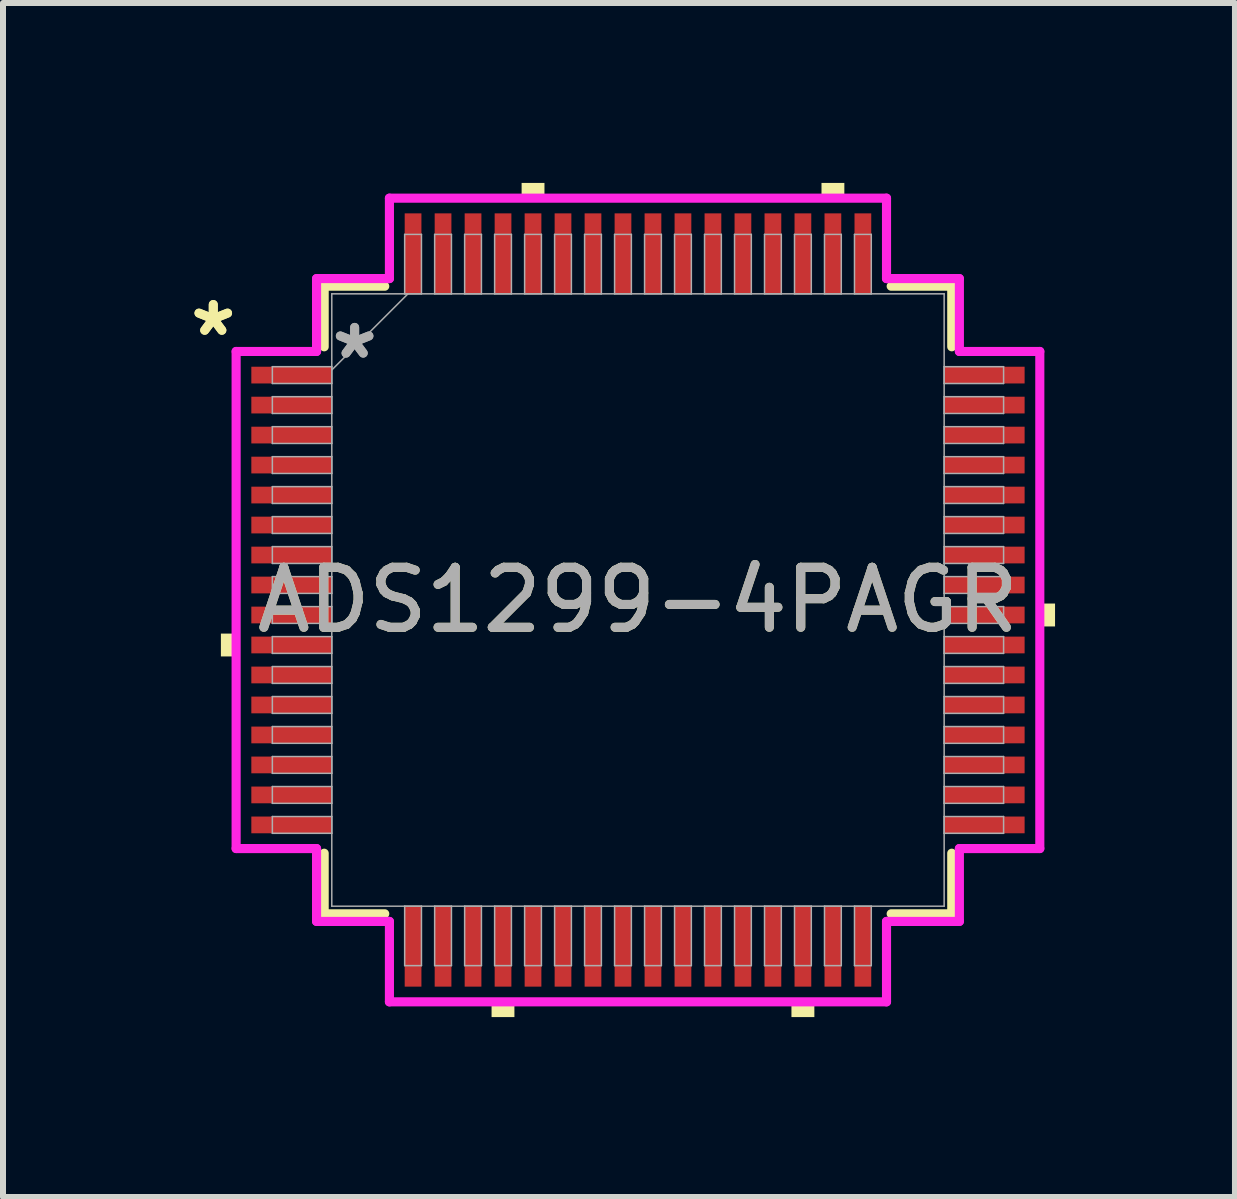
<source format=kicad_pcb>
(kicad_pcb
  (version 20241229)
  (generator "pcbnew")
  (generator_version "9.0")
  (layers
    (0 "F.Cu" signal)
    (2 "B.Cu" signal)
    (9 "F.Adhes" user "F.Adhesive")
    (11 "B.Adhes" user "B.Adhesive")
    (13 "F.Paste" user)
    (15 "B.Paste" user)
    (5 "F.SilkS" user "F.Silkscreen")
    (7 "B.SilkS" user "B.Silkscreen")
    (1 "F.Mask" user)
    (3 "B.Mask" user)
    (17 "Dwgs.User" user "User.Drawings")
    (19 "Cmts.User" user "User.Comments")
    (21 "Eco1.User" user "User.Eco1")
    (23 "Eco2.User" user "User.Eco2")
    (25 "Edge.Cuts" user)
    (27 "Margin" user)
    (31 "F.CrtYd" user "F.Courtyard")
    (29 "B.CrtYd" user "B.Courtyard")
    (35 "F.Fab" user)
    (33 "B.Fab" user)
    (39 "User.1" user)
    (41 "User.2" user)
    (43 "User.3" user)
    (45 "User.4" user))
  (footprint "ADS1299-4PAGR"
    (layer "F.Cu")
    (at 7.587 6.954)
    (property "Reference" "ADS1299-4PAGR" (at 0 0 0) (unlocked yes) (layer "F.SilkS") (effects (font (size 1 1) (thickness 0.15))))
    (attr smd)
    (fp_line (start -5.232 -5.232) (end -5.232 -4.222) (stroke (width 0.152) (type solid)) (layer "F.SilkS"))
    (fp_line (start -5.232 4.222) (end -5.232 5.232) (stroke (width 0.152) (type solid)) (layer "F.SilkS"))
    (fp_line (start -5.232 5.232) (end -4.222 5.232) (stroke (width 0.152) (type solid)) (layer "F.SilkS"))
    (fp_line (start -4.222 -5.232) (end -5.232 -5.232) (stroke (width 0.152) (type solid)) (layer "F.SilkS"))
    (fp_line (start 4.222 5.232) (end 5.232 5.232) (stroke (width 0.152) (type solid)) (layer "F.SilkS"))
    (fp_line (start 5.232 -5.232) (end 4.222 -5.232) (stroke (width 0.152) (type solid)) (layer "F.SilkS"))
    (fp_line (start 5.232 -4.222) (end 5.232 -5.232) (stroke (width 0.152) (type solid)) (layer "F.SilkS"))
    (fp_line (start 5.232 5.232) (end 5.232 4.222) (stroke (width 0.152) (type solid)) (layer "F.SilkS"))
    (fp_poly (pts (xy -6.954 0.56) (xy -6.954 0.941) (xy -6.7 0.941) (xy -6.7 0.56)) (stroke (width 0) (type solid)) (fill yes) (layer "F.SilkS"))
    (fp_poly (pts (xy -2.441 6.7) (xy -2.441 6.954) (xy -2.06 6.954) (xy -2.06 6.7)) (stroke (width 0) (type solid)) (fill yes) (layer "F.SilkS"))
    (fp_poly (pts (xy -1.94 -6.7) (xy -1.94 -6.954) (xy -1.559 -6.954) (xy -1.559 -6.7)) (stroke (width 0) (type solid)) (fill yes) (layer "F.SilkS"))
    (fp_poly (pts (xy 2.559 6.7) (xy 2.559 6.954) (xy 2.941 6.954) (xy 2.941 6.7)) (stroke (width 0) (type solid)) (fill yes) (layer "F.SilkS"))
    (fp_poly (pts (xy 3.06 -6.7) (xy 3.06 -6.954) (xy 3.441 -6.954) (xy 3.441 -6.7)) (stroke (width 0) (type solid)) (fill yes) (layer "F.SilkS"))
    (fp_poly (pts (xy 6.954 0.059) (xy 6.954 0.441) (xy 6.7 0.441) (xy 6.7 0.059)) (stroke (width 0) (type solid)) (fill yes) (layer "F.SilkS"))
    (fp_line (start -6.7 -4.144) (end -5.359 -4.144) (stroke (width 0.152) (type solid)) (layer "F.CrtYd"))
    (fp_line (start -6.7 4.144) (end -6.7 -4.144) (stroke (width 0.152) (type solid)) (layer "F.CrtYd"))
    (fp_line (start -5.359 -5.359) (end -4.144 -5.359) (stroke (width 0.152) (type solid)) (layer "F.CrtYd"))
    (fp_line (start -5.359 -4.144) (end -5.359 -5.359) (stroke (width 0.152) (type solid)) (layer "F.CrtYd"))
    (fp_line (start -5.359 4.144) (end -6.7 4.144) (stroke (width 0.152) (type solid)) (layer "F.CrtYd"))
    (fp_line (start -5.359 5.359) (end -5.359 4.144) (stroke (width 0.152) (type solid)) (layer "F.CrtYd"))
    (fp_line (start -5.359 5.359) (end -4.144 5.359) (stroke (width 0.152) (type solid)) (layer "F.CrtYd"))
    (fp_line (start -4.144 -6.7) (end 4.144 -6.7) (stroke (width 0.152) (type solid)) (layer "F.CrtYd"))
    (fp_line (start -4.144 -5.359) (end -4.144 -6.7) (stroke (width 0.152) (type solid)) (layer "F.CrtYd"))
    (fp_line (start -4.144 5.359) (end -4.144 6.7) (stroke (width 0.152) (type solid)) (layer "F.CrtYd"))
    (fp_line (start -4.144 6.7) (end 4.144 6.7) (stroke (width 0.152) (type solid)) (layer "F.CrtYd"))
    (fp_line (start 4.144 -6.7) (end 4.144 -5.359) (stroke (width 0.152) (type solid)) (layer "F.CrtYd"))
    (fp_line (start 4.144 -5.359) (end 5.359 -5.359) (stroke (width 0.152) (type solid)) (layer "F.CrtYd"))
    (fp_line (start 4.144 5.359) (end 5.359 5.359) (stroke (width 0.152) (type solid)) (layer "F.CrtYd"))
    (fp_line (start 4.144 6.7) (end 4.144 5.359) (stroke (width 0.152) (type solid)) (layer "F.CrtYd"))
    (fp_line (start 5.359 -4.144) (end 5.359 -5.359) (stroke (width 0.152) (type solid)) (layer "F.CrtYd"))
    (fp_line (start 5.359 4.144) (end 6.7 4.144) (stroke (width 0.152) (type solid)) (layer "F.CrtYd"))
    (fp_line (start 5.359 5.359) (end 5.359 4.144) (stroke (width 0.152) (type solid)) (layer "F.CrtYd"))
    (fp_line (start 6.7 -4.144) (end 5.359 -4.144) (stroke (width 0.152) (type solid)) (layer "F.CrtYd"))
    (fp_line (start 6.7 4.144) (end 6.7 -4.144) (stroke (width 0.152) (type solid)) (layer "F.CrtYd"))
    (fp_line (start -6.096 -3.89) (end -6.096 -3.61) (stroke (width 0.025) (type solid)) (layer "F.Fab"))
    (fp_line (start -6.096 -3.61) (end -5.105 -3.61) (stroke (width 0.025) (type solid)) (layer "F.Fab"))
    (fp_line (start -6.096 -3.39) (end -6.096 -3.11) (stroke (width 0.025) (type solid)) (layer "F.Fab"))
    (fp_line (start -6.096 -3.11) (end -5.105 -3.11) (stroke (width 0.025) (type solid)) (layer "F.Fab"))
    (fp_line (start -6.096 -2.89) (end -6.096 -2.61) (stroke (width 0.025) (type solid)) (layer "F.Fab"))
    (fp_line (start -6.096 -2.61) (end -5.105 -2.61) (stroke (width 0.025) (type solid)) (layer "F.Fab"))
    (fp_line (start -6.096 -2.39) (end -6.096 -2.11) (stroke (width 0.025) (type solid)) (layer "F.Fab"))
    (fp_line (start -6.096 -2.11) (end -5.105 -2.11) (stroke (width 0.025) (type solid)) (layer "F.Fab"))
    (fp_line (start -6.096 -1.89) (end -6.096 -1.61) (stroke (width 0.025) (type solid)) (layer "F.Fab"))
    (fp_line (start -6.096 -1.61) (end -5.105 -1.61) (stroke (width 0.025) (type solid)) (layer "F.Fab"))
    (fp_line (start -6.096 -1.39) (end -6.096 -1.11) (stroke (width 0.025) (type solid)) (layer "F.Fab"))
    (fp_line (start -6.096 -1.11) (end -5.105 -1.11) (stroke (width 0.025) (type solid)) (layer "F.Fab"))
    (fp_line (start -6.096 -0.89) (end -6.096 -0.61) (stroke (width 0.025) (type solid)) (layer "F.Fab"))
    (fp_line (start -6.096 -0.61) (end -5.105 -0.61) (stroke (width 0.025) (type solid)) (layer "F.Fab"))
    (fp_line (start -6.096 -0.39) (end -6.096 -0.11) (stroke (width 0.025) (type solid)) (layer "F.Fab"))
    (fp_line (start -6.096 -0.11) (end -5.105 -0.11) (stroke (width 0.025) (type solid)) (layer "F.Fab"))
    (fp_line (start -6.096 0.11) (end -6.096 0.39) (stroke (width 0.025) (type solid)) (layer "F.Fab"))
    (fp_line (start -6.096 0.39) (end -5.105 0.39) (stroke (width 0.025) (type solid)) (layer "F.Fab"))
    (fp_line (start -6.096 0.61) (end -6.096 0.89) (stroke (width 0.025) (type solid)) (layer "F.Fab"))
    (fp_line (start -6.096 0.89) (end -5.105 0.89) (stroke (width 0.025) (type solid)) (layer "F.Fab"))
    (fp_line (start -6.096 1.11) (end -6.096 1.39) (stroke (width 0.025) (type solid)) (layer "F.Fab"))
    (fp_line (start -6.096 1.39) (end -5.105 1.39) (stroke (width 0.025) (type solid)) (layer "F.Fab"))
    (fp_line (start -6.096 1.61) (end -6.096 1.89) (stroke (width 0.025) (type solid)) (layer "F.Fab"))
    (fp_line (start -6.096 1.89) (end -5.105 1.89) (stroke (width 0.025) (type solid)) (layer "F.Fab"))
    (fp_line (start -6.096 2.11) (end -6.096 2.39) (stroke (width 0.025) (type solid)) (layer "F.Fab"))
    (fp_line (start -6.096 2.39) (end -5.105 2.39) (stroke (width 0.025) (type solid)) (layer "F.Fab"))
    (fp_line (start -6.096 2.61) (end -6.096 2.89) (stroke (width 0.025) (type solid)) (layer "F.Fab"))
    (fp_line (start -6.096 2.89) (end -5.105 2.89) (stroke (width 0.025) (type solid)) (layer "F.Fab"))
    (fp_line (start -6.096 3.11) (end -6.096 3.39) (stroke (width 0.025) (type solid)) (layer "F.Fab"))
    (fp_line (start -6.096 3.39) (end -5.105 3.39) (stroke (width 0.025) (type solid)) (layer "F.Fab"))
    (fp_line (start -6.096 3.61) (end -6.096 3.89) (stroke (width 0.025) (type solid)) (layer "F.Fab"))
    (fp_line (start -6.096 3.89) (end -5.105 3.89) (stroke (width 0.025) (type solid)) (layer "F.Fab"))
    (fp_line (start -5.105 -5.105) (end -5.105 5.105) (stroke (width 0.025) (type solid)) (layer "F.Fab"))
    (fp_line (start -5.105 -3.89) (end -6.096 -3.89) (stroke (width 0.025) (type solid)) (layer "F.Fab"))
    (fp_line (start -5.105 -3.835) (end -3.835 -5.105) (stroke (width 0.025) (type solid)) (layer "F.Fab"))
    (fp_line (start -5.105 -3.61) (end -5.105 -3.89) (stroke (width 0.025) (type solid)) (layer "F.Fab"))
    (fp_line (start -5.105 -3.39) (end -6.096 -3.39) (stroke (width 0.025) (type solid)) (layer "F.Fab"))
    (fp_line (start -5.105 -3.11) (end -5.105 -3.39) (stroke (width 0.025) (type solid)) (layer "F.Fab"))
    (fp_line (start -5.105 -2.89) (end -6.096 -2.89) (stroke (width 0.025) (type solid)) (layer "F.Fab"))
    (fp_line (start -5.105 -2.61) (end -5.105 -2.89) (stroke (width 0.025) (type solid)) (layer "F.Fab"))
    (fp_line (start -5.105 -2.39) (end -6.096 -2.39) (stroke (width 0.025) (type solid)) (layer "F.Fab"))
    (fp_line (start -5.105 -2.11) (end -5.105 -2.39) (stroke (width 0.025) (type solid)) (layer "F.Fab"))
    (fp_line (start -5.105 -1.89) (end -6.096 -1.89) (stroke (width 0.025) (type solid)) (layer "F.Fab"))
    (fp_line (start -5.105 -1.61) (end -5.105 -1.89) (stroke (width 0.025) (type solid)) (layer "F.Fab"))
    (fp_line (start -5.105 -1.39) (end -6.096 -1.39) (stroke (width 0.025) (type solid)) (layer "F.Fab"))
    (fp_line (start -5.105 -1.11) (end -5.105 -1.39) (stroke (width 0.025) (type solid)) (layer "F.Fab"))
    (fp_line (start -5.105 -0.89) (end -6.096 -0.89) (stroke (width 0.025) (type solid)) (layer "F.Fab"))
    (fp_line (start -5.105 -0.61) (end -5.105 -0.89) (stroke (width 0.025) (type solid)) (layer "F.Fab"))
    (fp_line (start -5.105 -0.39) (end -6.096 -0.39) (stroke (width 0.025) (type solid)) (layer "F.Fab"))
    (fp_line (start -5.105 -0.11) (end -5.105 -0.39) (stroke (width 0.025) (type solid)) (layer "F.Fab"))
    (fp_line (start -5.105 0.11) (end -6.096 0.11) (stroke (width 0.025) (type solid)) (layer "F.Fab"))
    (fp_line (start -5.105 0.39) (end -5.105 0.11) (stroke (width 0.025) (type solid)) (layer "F.Fab"))
    (fp_line (start -5.105 0.61) (end -6.096 0.61) (stroke (width 0.025) (type solid)) (layer "F.Fab"))
    (fp_line (start -5.105 0.89) (end -5.105 0.61) (stroke (width 0.025) (type solid)) (layer "F.Fab"))
    (fp_line (start -5.105 1.11) (end -6.096 1.11) (stroke (width 0.025) (type solid)) (layer "F.Fab"))
    (fp_line (start -5.105 1.39) (end -5.105 1.11) (stroke (width 0.025) (type solid)) (layer "F.Fab"))
    (fp_line (start -5.105 1.61) (end -6.096 1.61) (stroke (width 0.025) (type solid)) (layer "F.Fab"))
    (fp_line (start -5.105 1.89) (end -5.105 1.61) (stroke (width 0.025) (type solid)) (layer "F.Fab"))
    (fp_line (start -5.105 2.11) (end -6.096 2.11) (stroke (width 0.025) (type solid)) (layer "F.Fab"))
    (fp_line (start -5.105 2.39) (end -5.105 2.11) (stroke (width 0.025) (type solid)) (layer "F.Fab"))
    (fp_line (start -5.105 2.61) (end -6.096 2.61) (stroke (width 0.025) (type solid)) (layer "F.Fab"))
    (fp_line (start -5.105 2.89) (end -5.105 2.61) (stroke (width 0.025) (type solid)) (layer "F.Fab"))
    (fp_line (start -5.105 3.11) (end -6.096 3.11) (stroke (width 0.025) (type solid)) (layer "F.Fab"))
    (fp_line (start -5.105 3.39) (end -5.105 3.11) (stroke (width 0.025) (type solid)) (layer "F.Fab"))
    (fp_line (start -5.105 3.61) (end -6.096 3.61) (stroke (width 0.025) (type solid)) (layer "F.Fab"))
    (fp_line (start -5.105 3.89) (end -5.105 3.61) (stroke (width 0.025) (type solid)) (layer "F.Fab"))
    (fp_line (start -5.105 5.105) (end 5.105 5.105) (stroke (width 0.025) (type solid)) (layer "F.Fab"))
    (fp_line (start -3.89 -6.096) (end -3.89 -5.105) (stroke (width 0.025) (type solid)) (layer "F.Fab"))
    (fp_line (start -3.89 -5.105) (end -3.61 -5.105) (stroke (width 0.025) (type solid)) (layer "F.Fab"))
    (fp_line (start -3.89 5.105) (end -3.89 6.096) (stroke (width 0.025) (type solid)) (layer "F.Fab"))
    (fp_line (start -3.89 6.096) (end -3.61 6.096) (stroke (width 0.025) (type solid)) (layer "F.Fab"))
    (fp_line (start -3.61 -6.096) (end -3.89 -6.096) (stroke (width 0.025) (type solid)) (layer "F.Fab"))
    (fp_line (start -3.61 -5.105) (end -3.61 -6.096) (stroke (width 0.025) (type solid)) (layer "F.Fab"))
    (fp_line (start -3.61 5.105) (end -3.89 5.105) (stroke (width 0.025) (type solid)) (layer "F.Fab"))
    (fp_line (start -3.61 6.096) (end -3.61 5.105) (stroke (width 0.025) (type solid)) (layer "F.Fab"))
    (fp_line (start -3.39 -6.096) (end -3.39 -5.105) (stroke (width 0.025) (type solid)) (layer "F.Fab"))
    (fp_line (start -3.39 -5.105) (end -3.11 -5.105) (stroke (width 0.025) (type solid)) (layer "F.Fab"))
    (fp_line (start -3.39 5.105) (end -3.39 6.096) (stroke (width 0.025) (type solid)) (layer "F.Fab"))
    (fp_line (start -3.39 6.096) (end -3.11 6.096) (stroke (width 0.025) (type solid)) (layer "F.Fab"))
    (fp_line (start -3.11 -6.096) (end -3.39 -6.096) (stroke (width 0.025) (type solid)) (layer "F.Fab"))
    (fp_line (start -3.11 -5.105) (end -3.11 -6.096) (stroke (width 0.025) (type solid)) (layer "F.Fab"))
    (fp_line (start -3.11 5.105) (end -3.39 5.105) (stroke (width 0.025) (type solid)) (layer "F.Fab"))
    (fp_line (start -3.11 6.096) (end -3.11 5.105) (stroke (width 0.025) (type solid)) (layer "F.Fab"))
    (fp_line (start -2.89 -6.096) (end -2.89 -5.105) (stroke (width 0.025) (type solid)) (layer "F.Fab"))
    (fp_line (start -2.89 -5.105) (end -2.61 -5.105) (stroke (width 0.025) (type solid)) (layer "F.Fab"))
    (fp_line (start -2.89 5.105) (end -2.89 6.096) (stroke (width 0.025) (type solid)) (layer "F.Fab"))
    (fp_line (start -2.89 6.096) (end -2.61 6.096) (stroke (width 0.025) (type solid)) (layer "F.Fab"))
    (fp_line (start -2.61 -6.096) (end -2.89 -6.096) (stroke (width 0.025) (type solid)) (layer "F.Fab"))
    (fp_line (start -2.61 -5.105) (end -2.61 -6.096) (stroke (width 0.025) (type solid)) (layer "F.Fab"))
    (fp_line (start -2.61 5.105) (end -2.89 5.105) (stroke (width 0.025) (type solid)) (layer "F.Fab"))
    (fp_line (start -2.61 6.096) (end -2.61 5.105) (stroke (width 0.025) (type solid)) (layer "F.Fab"))
    (fp_line (start -2.39 -6.096) (end -2.39 -5.105) (stroke (width 0.025) (type solid)) (layer "F.Fab"))
    (fp_line (start -2.39 -5.105) (end -2.11 -5.105) (stroke (width 0.025) (type solid)) (layer "F.Fab"))
    (fp_line (start -2.39 5.105) (end -2.39 6.096) (stroke (width 0.025) (type solid)) (layer "F.Fab"))
    (fp_line (start -2.39 6.096) (end -2.11 6.096) (stroke (width 0.025) (type solid)) (layer "F.Fab"))
    (fp_line (start -2.11 -6.096) (end -2.39 -6.096) (stroke (width 0.025) (type solid)) (layer "F.Fab"))
    (fp_line (start -2.11 -5.105) (end -2.11 -6.096) (stroke (width 0.025) (type solid)) (layer "F.Fab"))
    (fp_line (start -2.11 5.105) (end -2.39 5.105) (stroke (width 0.025) (type solid)) (layer "F.Fab"))
    (fp_line (start -2.11 6.096) (end -2.11 5.105) (stroke (width 0.025) (type solid)) (layer "F.Fab"))
    (fp_line (start -1.89 -6.096) (end -1.89 -5.105) (stroke (width 0.025) (type solid)) (layer "F.Fab"))
    (fp_line (start -1.89 -5.105) (end -1.61 -5.105) (stroke (width 0.025) (type solid)) (layer "F.Fab"))
    (fp_line (start -1.89 5.105) (end -1.89 6.096) (stroke (width 0.025) (type solid)) (layer "F.Fab"))
    (fp_line (start -1.89 6.096) (end -1.61 6.096) (stroke (width 0.025) (type solid)) (layer "F.Fab"))
    (fp_line (start -1.61 -6.096) (end -1.89 -6.096) (stroke (width 0.025) (type solid)) (layer "F.Fab"))
    (fp_line (start -1.61 -5.105) (end -1.61 -6.096) (stroke (width 0.025) (type solid)) (layer "F.Fab"))
    (fp_line (start -1.61 5.105) (end -1.89 5.105) (stroke (width 0.025) (type solid)) (layer "F.Fab"))
    (fp_line (start -1.61 6.096) (end -1.61 5.105) (stroke (width 0.025) (type solid)) (layer "F.Fab"))
    (fp_line (start -1.39 -6.096) (end -1.39 -5.105) (stroke (width 0.025) (type solid)) (layer "F.Fab"))
    (fp_line (start -1.39 -5.105) (end -1.11 -5.105) (stroke (width 0.025) (type solid)) (layer "F.Fab"))
    (fp_line (start -1.39 5.105) (end -1.39 6.096) (stroke (width 0.025) (type solid)) (layer "F.Fab"))
    (fp_line (start -1.39 6.096) (end -1.11 6.096) (stroke (width 0.025) (type solid)) (layer "F.Fab"))
    (fp_line (start -1.11 -6.096) (end -1.39 -6.096) (stroke (width 0.025) (type solid)) (layer "F.Fab"))
    (fp_line (start -1.11 -5.105) (end -1.11 -6.096) (stroke (width 0.025) (type solid)) (layer "F.Fab"))
    (fp_line (start -1.11 5.105) (end -1.39 5.105) (stroke (width 0.025) (type solid)) (layer "F.Fab"))
    (fp_line (start -1.11 6.096) (end -1.11 5.105) (stroke (width 0.025) (type solid)) (layer "F.Fab"))
    (fp_line (start -0.89 -6.096) (end -0.89 -5.105) (stroke (width 0.025) (type solid)) (layer "F.Fab"))
    (fp_line (start -0.89 -5.105) (end -0.61 -5.105) (stroke (width 0.025) (type solid)) (layer "F.Fab"))
    (fp_line (start -0.89 5.105) (end -0.89 6.096) (stroke (width 0.025) (type solid)) (layer "F.Fab"))
    (fp_line (start -0.89 6.096) (end -0.61 6.096) (stroke (width 0.025) (type solid)) (layer "F.Fab"))
    (fp_line (start -0.61 -6.096) (end -0.89 -6.096) (stroke (width 0.025) (type solid)) (layer "F.Fab"))
    (fp_line (start -0.61 -5.105) (end -0.61 -6.096) (stroke (width 0.025) (type solid)) (layer "F.Fab"))
    (fp_line (start -0.61 5.105) (end -0.89 5.105) (stroke (width 0.025) (type solid)) (layer "F.Fab"))
    (fp_line (start -0.61 6.096) (end -0.61 5.105) (stroke (width 0.025) (type solid)) (layer "F.Fab"))
    (fp_line (start -0.39 -6.096) (end -0.39 -5.105) (stroke (width 0.025) (type solid)) (layer "F.Fab"))
    (fp_line (start -0.39 -5.105) (end -0.11 -5.105) (stroke (width 0.025) (type solid)) (layer "F.Fab"))
    (fp_line (start -0.39 5.105) (end -0.39 6.096) (stroke (width 0.025) (type solid)) (layer "F.Fab"))
    (fp_line (start -0.39 6.096) (end -0.11 6.096) (stroke (width 0.025) (type solid)) (layer "F.Fab"))
    (fp_line (start -0.11 -6.096) (end -0.39 -6.096) (stroke (width 0.025) (type solid)) (layer "F.Fab"))
    (fp_line (start -0.11 -5.105) (end -0.11 -6.096) (stroke (width 0.025) (type solid)) (layer "F.Fab"))
    (fp_line (start -0.11 5.105) (end -0.39 5.105) (stroke (width 0.025) (type solid)) (layer "F.Fab"))
    (fp_line (start -0.11 6.096) (end -0.11 5.105) (stroke (width 0.025) (type solid)) (layer "F.Fab"))
    (fp_line (start 0.11 -6.096) (end 0.11 -5.105) (stroke (width 0.025) (type solid)) (layer "F.Fab"))
    (fp_line (start 0.11 -5.105) (end 0.39 -5.105) (stroke (width 0.025) (type solid)) (layer "F.Fab"))
    (fp_line (start 0.11 5.105) (end 0.11 6.096) (stroke (width 0.025) (type solid)) (layer "F.Fab"))
    (fp_line (start 0.11 6.096) (end 0.39 6.096) (stroke (width 0.025) (type solid)) (layer "F.Fab"))
    (fp_line (start 0.39 -6.096) (end 0.11 -6.096) (stroke (width 0.025) (type solid)) (layer "F.Fab"))
    (fp_line (start 0.39 -5.105) (end 0.39 -6.096) (stroke (width 0.025) (type solid)) (layer "F.Fab"))
    (fp_line (start 0.39 5.105) (end 0.11 5.105) (stroke (width 0.025) (type solid)) (layer "F.Fab"))
    (fp_line (start 0.39 6.096) (end 0.39 5.105) (stroke (width 0.025) (type solid)) (layer "F.Fab"))
    (fp_line (start 0.61 -6.096) (end 0.61 -5.105) (stroke (width 0.025) (type solid)) (layer "F.Fab"))
    (fp_line (start 0.61 -5.105) (end 0.89 -5.105) (stroke (width 0.025) (type solid)) (layer "F.Fab"))
    (fp_line (start 0.61 5.105) (end 0.61 6.096) (stroke (width 0.025) (type solid)) (layer "F.Fab"))
    (fp_line (start 0.61 6.096) (end 0.89 6.096) (stroke (width 0.025) (type solid)) (layer "F.Fab"))
    (fp_line (start 0.89 -6.096) (end 0.61 -6.096) (stroke (width 0.025) (type solid)) (layer "F.Fab"))
    (fp_line (start 0.89 -5.105) (end 0.89 -6.096) (stroke (width 0.025) (type solid)) (layer "F.Fab"))
    (fp_line (start 0.89 5.105) (end 0.61 5.105) (stroke (width 0.025) (type solid)) (layer "F.Fab"))
    (fp_line (start 0.89 6.096) (end 0.89 5.105) (stroke (width 0.025) (type solid)) (layer "F.Fab"))
    (fp_line (start 1.11 -6.096) (end 1.11 -5.105) (stroke (width 0.025) (type solid)) (layer "F.Fab"))
    (fp_line (start 1.11 -5.105) (end 1.39 -5.105) (stroke (width 0.025) (type solid)) (layer "F.Fab"))
    (fp_line (start 1.11 5.105) (end 1.11 6.096) (stroke (width 0.025) (type solid)) (layer "F.Fab"))
    (fp_line (start 1.11 6.096) (end 1.39 6.096) (stroke (width 0.025) (type solid)) (layer "F.Fab"))
    (fp_line (start 1.39 -6.096) (end 1.11 -6.096) (stroke (width 0.025) (type solid)) (layer "F.Fab"))
    (fp_line (start 1.39 -5.105) (end 1.39 -6.096) (stroke (width 0.025) (type solid)) (layer "F.Fab"))
    (fp_line (start 1.39 5.105) (end 1.11 5.105) (stroke (width 0.025) (type solid)) (layer "F.Fab"))
    (fp_line (start 1.39 6.096) (end 1.39 5.105) (stroke (width 0.025) (type solid)) (layer "F.Fab"))
    (fp_line (start 1.61 -6.096) (end 1.61 -5.105) (stroke (width 0.025) (type solid)) (layer "F.Fab"))
    (fp_line (start 1.61 -5.105) (end 1.89 -5.105) (stroke (width 0.025) (type solid)) (layer "F.Fab"))
    (fp_line (start 1.61 5.105) (end 1.61 6.096) (stroke (width 0.025) (type solid)) (layer "F.Fab"))
    (fp_line (start 1.61 6.096) (end 1.89 6.096) (stroke (width 0.025) (type solid)) (layer "F.Fab"))
    (fp_line (start 1.89 -6.096) (end 1.61 -6.096) (stroke (width 0.025) (type solid)) (layer "F.Fab"))
    (fp_line (start 1.89 -5.105) (end 1.89 -6.096) (stroke (width 0.025) (type solid)) (layer "F.Fab"))
    (fp_line (start 1.89 5.105) (end 1.61 5.105) (stroke (width 0.025) (type solid)) (layer "F.Fab"))
    (fp_line (start 1.89 6.096) (end 1.89 5.105) (stroke (width 0.025) (type solid)) (layer "F.Fab"))
    (fp_line (start 2.11 -6.096) (end 2.11 -5.105) (stroke (width 0.025) (type solid)) (layer "F.Fab"))
    (fp_line (start 2.11 -5.105) (end 2.39 -5.105) (stroke (width 0.025) (type solid)) (layer "F.Fab"))
    (fp_line (start 2.11 5.105) (end 2.11 6.096) (stroke (width 0.025) (type solid)) (layer "F.Fab"))
    (fp_line (start 2.11 6.096) (end 2.39 6.096) (stroke (width 0.025) (type solid)) (layer "F.Fab"))
    (fp_line (start 2.39 -6.096) (end 2.11 -6.096) (stroke (width 0.025) (type solid)) (layer "F.Fab"))
    (fp_line (start 2.39 -5.105) (end 2.39 -6.096) (stroke (width 0.025) (type solid)) (layer "F.Fab"))
    (fp_line (start 2.39 5.105) (end 2.11 5.105) (stroke (width 0.025) (type solid)) (layer "F.Fab"))
    (fp_line (start 2.39 6.096) (end 2.39 5.105) (stroke (width 0.025) (type solid)) (layer "F.Fab"))
    (fp_line (start 2.61 -6.096) (end 2.61 -5.105) (stroke (width 0.025) (type solid)) (layer "F.Fab"))
    (fp_line (start 2.61 -5.105) (end 2.89 -5.105) (stroke (width 0.025) (type solid)) (layer "F.Fab"))
    (fp_line (start 2.61 5.105) (end 2.61 6.096) (stroke (width 0.025) (type solid)) (layer "F.Fab"))
    (fp_line (start 2.61 6.096) (end 2.89 6.096) (stroke (width 0.025) (type solid)) (layer "F.Fab"))
    (fp_line (start 2.89 -6.096) (end 2.61 -6.096) (stroke (width 0.025) (type solid)) (layer "F.Fab"))
    (fp_line (start 2.89 -5.105) (end 2.89 -6.096) (stroke (width 0.025) (type solid)) (layer "F.Fab"))
    (fp_line (start 2.89 5.105) (end 2.61 5.105) (stroke (width 0.025) (type solid)) (layer "F.Fab"))
    (fp_line (start 2.89 6.096) (end 2.89 5.105) (stroke (width 0.025) (type solid)) (layer "F.Fab"))
    (fp_line (start 3.11 -6.096) (end 3.11 -5.105) (stroke (width 0.025) (type solid)) (layer "F.Fab"))
    (fp_line (start 3.11 -5.105) (end 3.39 -5.105) (stroke (width 0.025) (type solid)) (layer "F.Fab"))
    (fp_line (start 3.11 5.105) (end 3.11 6.096) (stroke (width 0.025) (type solid)) (layer "F.Fab"))
    (fp_line (start 3.11 6.096) (end 3.39 6.096) (stroke (width 0.025) (type solid)) (layer "F.Fab"))
    (fp_line (start 3.39 -6.096) (end 3.11 -6.096) (stroke (width 0.025) (type solid)) (layer "F.Fab"))
    (fp_line (start 3.39 -5.105) (end 3.39 -6.096) (stroke (width 0.025) (type solid)) (layer "F.Fab"))
    (fp_line (start 3.39 5.105) (end 3.11 5.105) (stroke (width 0.025) (type solid)) (layer "F.Fab"))
    (fp_line (start 3.39 6.096) (end 3.39 5.105) (stroke (width 0.025) (type solid)) (layer "F.Fab"))
    (fp_line (start 3.61 -6.096) (end 3.61 -5.105) (stroke (width 0.025) (type solid)) (layer "F.Fab"))
    (fp_line (start 3.61 -5.105) (end 3.89 -5.105) (stroke (width 0.025) (type solid)) (layer "F.Fab"))
    (fp_line (start 3.61 5.105) (end 3.61 6.096) (stroke (width 0.025) (type solid)) (layer "F.Fab"))
    (fp_line (start 3.61 6.096) (end 3.89 6.096) (stroke (width 0.025) (type solid)) (layer "F.Fab"))
    (fp_line (start 3.89 -6.096) (end 3.61 -6.096) (stroke (width 0.025) (type solid)) (layer "F.Fab"))
    (fp_line (start 3.89 -5.105) (end 3.89 -6.096) (stroke (width 0.025) (type solid)) (layer "F.Fab"))
    (fp_line (start 3.89 5.105) (end 3.61 5.105) (stroke (width 0.025) (type solid)) (layer "F.Fab"))
    (fp_line (start 3.89 6.096) (end 3.89 5.105) (stroke (width 0.025) (type solid)) (layer "F.Fab"))
    (fp_line (start 5.105 -5.105) (end -5.105 -5.105) (stroke (width 0.025) (type solid)) (layer "F.Fab"))
    (fp_line (start 5.105 -3.89) (end 5.105 -3.61) (stroke (width 0.025) (type solid)) (layer "F.Fab"))
    (fp_line (start 5.105 -3.61) (end 6.096 -3.61) (stroke (width 0.025) (type solid)) (layer "F.Fab"))
    (fp_line (start 5.105 -3.39) (end 5.105 -3.11) (stroke (width 0.025) (type solid)) (layer "F.Fab"))
    (fp_line (start 5.105 -3.11) (end 6.096 -3.11) (stroke (width 0.025) (type solid)) (layer "F.Fab"))
    (fp_line (start 5.105 -2.89) (end 5.105 -2.61) (stroke (width 0.025) (type solid)) (layer "F.Fab"))
    (fp_line (start 5.105 -2.61) (end 6.096 -2.61) (stroke (width 0.025) (type solid)) (layer "F.Fab"))
    (fp_line (start 5.105 -2.39) (end 5.105 -2.11) (stroke (width 0.025) (type solid)) (layer "F.Fab"))
    (fp_line (start 5.105 -2.11) (end 6.096 -2.11) (stroke (width 0.025) (type solid)) (layer "F.Fab"))
    (fp_line (start 5.105 -1.89) (end 5.105 -1.61) (stroke (width 0.025) (type solid)) (layer "F.Fab"))
    (fp_line (start 5.105 -1.61) (end 6.096 -1.61) (stroke (width 0.025) (type solid)) (layer "F.Fab"))
    (fp_line (start 5.105 -1.39) (end 5.105 -1.11) (stroke (width 0.025) (type solid)) (layer "F.Fab"))
    (fp_line (start 5.105 -1.11) (end 6.096 -1.11) (stroke (width 0.025) (type solid)) (layer "F.Fab"))
    (fp_line (start 5.105 -0.89) (end 5.105 -0.61) (stroke (width 0.025) (type solid)) (layer "F.Fab"))
    (fp_line (start 5.105 -0.61) (end 6.096 -0.61) (stroke (width 0.025) (type solid)) (layer "F.Fab"))
    (fp_line (start 5.105 -0.39) (end 5.105 -0.11) (stroke (width 0.025) (type solid)) (layer "F.Fab"))
    (fp_line (start 5.105 -0.11) (end 6.096 -0.11) (stroke (width 0.025) (type solid)) (layer "F.Fab"))
    (fp_line (start 5.105 0.11) (end 5.105 0.39) (stroke (width 0.025) (type solid)) (layer "F.Fab"))
    (fp_line (start 5.105 0.39) (end 6.096 0.39) (stroke (width 0.025) (type solid)) (layer "F.Fab"))
    (fp_line (start 5.105 0.61) (end 5.105 0.89) (stroke (width 0.025) (type solid)) (layer "F.Fab"))
    (fp_line (start 5.105 0.89) (end 6.096 0.89) (stroke (width 0.025) (type solid)) (layer "F.Fab"))
    (fp_line (start 5.105 1.11) (end 5.105 1.39) (stroke (width 0.025) (type solid)) (layer "F.Fab"))
    (fp_line (start 5.105 1.39) (end 6.096 1.39) (stroke (width 0.025) (type solid)) (layer "F.Fab"))
    (fp_line (start 5.105 1.61) (end 5.105 1.89) (stroke (width 0.025) (type solid)) (layer "F.Fab"))
    (fp_line (start 5.105 1.89) (end 6.096 1.89) (stroke (width 0.025) (type solid)) (layer "F.Fab"))
    (fp_line (start 5.105 2.11) (end 5.105 2.39) (stroke (width 0.025) (type solid)) (layer "F.Fab"))
    (fp_line (start 5.105 2.39) (end 6.096 2.39) (stroke (width 0.025) (type solid)) (layer "F.Fab"))
    (fp_line (start 5.105 2.61) (end 5.105 2.89) (stroke (width 0.025) (type solid)) (layer "F.Fab"))
    (fp_line (start 5.105 2.89) (end 6.096 2.89) (stroke (width 0.025) (type solid)) (layer "F.Fab"))
    (fp_line (start 5.105 3.11) (end 5.105 3.39) (stroke (width 0.025) (type solid)) (layer "F.Fab"))
    (fp_line (start 5.105 3.39) (end 6.096 3.39) (stroke (width 0.025) (type solid)) (layer "F.Fab"))
    (fp_line (start 5.105 3.61) (end 5.105 3.89) (stroke (width 0.025) (type solid)) (layer "F.Fab"))
    (fp_line (start 5.105 3.89) (end 6.096 3.89) (stroke (width 0.025) (type solid)) (layer "F.Fab"))
    (fp_line (start 5.105 5.105) (end 5.105 -5.105) (stroke (width 0.025) (type solid)) (layer "F.Fab"))
    (fp_line (start 6.096 -3.89) (end 5.105 -3.89) (stroke (width 0.025) (type solid)) (layer "F.Fab"))
    (fp_line (start 6.096 -3.61) (end 6.096 -3.89) (stroke (width 0.025) (type solid)) (layer "F.Fab"))
    (fp_line (start 6.096 -3.39) (end 5.105 -3.39) (stroke (width 0.025) (type solid)) (layer "F.Fab"))
    (fp_line (start 6.096 -3.11) (end 6.096 -3.39) (stroke (width 0.025) (type solid)) (layer "F.Fab"))
    (fp_line (start 6.096 -2.89) (end 5.105 -2.89) (stroke (width 0.025) (type solid)) (layer "F.Fab"))
    (fp_line (start 6.096 -2.61) (end 6.096 -2.89) (stroke (width 0.025) (type solid)) (layer "F.Fab"))
    (fp_line (start 6.096 -2.39) (end 5.105 -2.39) (stroke (width 0.025) (type solid)) (layer "F.Fab"))
    (fp_line (start 6.096 -2.11) (end 6.096 -2.39) (stroke (width 0.025) (type solid)) (layer "F.Fab"))
    (fp_line (start 6.096 -1.89) (end 5.105 -1.89) (stroke (width 0.025) (type solid)) (layer "F.Fab"))
    (fp_line (start 6.096 -1.61) (end 6.096 -1.89) (stroke (width 0.025) (type solid)) (layer "F.Fab"))
    (fp_line (start 6.096 -1.39) (end 5.105 -1.39) (stroke (width 0.025) (type solid)) (layer "F.Fab"))
    (fp_line (start 6.096 -1.11) (end 6.096 -1.39) (stroke (width 0.025) (type solid)) (layer "F.Fab"))
    (fp_line (start 6.096 -0.89) (end 5.105 -0.89) (stroke (width 0.025) (type solid)) (layer "F.Fab"))
    (fp_line (start 6.096 -0.61) (end 6.096 -0.89) (stroke (width 0.025) (type solid)) (layer "F.Fab"))
    (fp_line (start 6.096 -0.39) (end 5.105 -0.39) (stroke (width 0.025) (type solid)) (layer "F.Fab"))
    (fp_line (start 6.096 -0.11) (end 6.096 -0.39) (stroke (width 0.025) (type solid)) (layer "F.Fab"))
    (fp_line (start 6.096 0.11) (end 5.105 0.11) (stroke (width 0.025) (type solid)) (layer "F.Fab"))
    (fp_line (start 6.096 0.39) (end 6.096 0.11) (stroke (width 0.025) (type solid)) (layer "F.Fab"))
    (fp_line (start 6.096 0.61) (end 5.105 0.61) (stroke (width 0.025) (type solid)) (layer "F.Fab"))
    (fp_line (start 6.096 0.89) (end 6.096 0.61) (stroke (width 0.025) (type solid)) (layer "F.Fab"))
    (fp_line (start 6.096 1.11) (end 5.105 1.11) (stroke (width 0.025) (type solid)) (layer "F.Fab"))
    (fp_line (start 6.096 1.39) (end 6.096 1.11) (stroke (width 0.025) (type solid)) (layer "F.Fab"))
    (fp_line (start 6.096 1.61) (end 5.105 1.61) (stroke (width 0.025) (type solid)) (layer "F.Fab"))
    (fp_line (start 6.096 1.89) (end 6.096 1.61) (stroke (width 0.025) (type solid)) (layer "F.Fab"))
    (fp_line (start 6.096 2.11) (end 5.105 2.11) (stroke (width 0.025) (type solid)) (layer "F.Fab"))
    (fp_line (start 6.096 2.39) (end 6.096 2.11) (stroke (width 0.025) (type solid)) (layer "F.Fab"))
    (fp_line (start 6.096 2.61) (end 5.105 2.61) (stroke (width 0.025) (type solid)) (layer "F.Fab"))
    (fp_line (start 6.096 2.89) (end 6.096 2.61) (stroke (width 0.025) (type solid)) (layer "F.Fab"))
    (fp_line (start 6.096 3.11) (end 5.105 3.11) (stroke (width 0.025) (type solid)) (layer "F.Fab"))
    (fp_line (start 6.096 3.39) (end 6.096 3.11) (stroke (width 0.025) (type solid)) (layer "F.Fab"))
    (fp_line (start 6.096 3.61) (end 5.105 3.61) (stroke (width 0.025) (type solid)) (layer "F.Fab"))
    (fp_line (start 6.096 3.89) (end 6.096 3.61) (stroke (width 0.025) (type solid)) (layer "F.Fab"))
    (fp_text user "*" (at -7.081 -4.381 0) (unlocked yes) (layer "F.SilkS") (effects (font (size 1 1) (thickness 0.15))))
    (fp_text user "*" (at -7.081 -4.381 0) (layer "F.SilkS") (effects (font (size 1 1) (thickness 0.15))))
    (fp_text user "*" (at -4.724 -4 0) (layer "F.Fab") (effects (font (size 1 1) (thickness 0.15))))
    (fp_text user "*" (at -4.724 -4 0) (unlocked yes) (layer "F.Fab") (effects (font (size 1 1) (thickness 0.15))))
    (fp_text user "${REFERENCE}" (at 0 0 0) (unlocked yes) (layer "F.Fab") (effects (font (size 1 1) (thickness 0.15))))
    (pad "1" smd rect (at -5.776 -3.75 90) (size 0.279 1.341) (layers "F.Cu" "F.Mask" "F.Paste"))
    (pad "2" smd rect (at -5.776 -3.25 90) (size 0.279 1.341) (layers "F.Cu" "F.Mask" "F.Paste"))
    (pad "3" smd rect (at -5.776 -2.75 90) (size 0.279 1.341) (layers "F.Cu" "F.Mask" "F.Paste"))
    (pad "4" smd rect (at -5.776 -2.25 90) (size 0.279 1.341) (layers "F.Cu" "F.Mask" "F.Paste"))
    (pad "5" smd rect (at -5.776 -1.75 90) (size 0.279 1.341) (layers "F.Cu" "F.Mask" "F.Paste"))
    (pad "6" smd rect (at -5.776 -1.25 90) (size 0.279 1.341) (layers "F.Cu" "F.Mask" "F.Paste"))
    (pad "7" smd rect (at -5.776 -0.75 90) (size 0.279 1.341) (layers "F.Cu" "F.Mask" "F.Paste"))
    (pad "8" smd rect (at -5.776 -0.25 90) (size 0.279 1.341) (layers "F.Cu" "F.Mask" "F.Paste"))
    (pad "9" smd rect (at -5.776 0.25 90) (size 0.279 1.341) (layers "F.Cu" "F.Mask" "F.Paste"))
    (pad "10" smd rect (at -5.776 0.75 90) (size 0.279 1.341) (layers "F.Cu" "F.Mask" "F.Paste"))
    (pad "11" smd rect (at -5.776 1.25 90) (size 0.279 1.341) (layers "F.Cu" "F.Mask" "F.Paste"))
    (pad "12" smd rect (at -5.776 1.75 90) (size 0.279 1.341) (layers "F.Cu" "F.Mask" "F.Paste"))
    (pad "13" smd rect (at -5.776 2.25 90) (size 0.279 1.341) (layers "F.Cu" "F.Mask" "F.Paste"))
    (pad "14" smd rect (at -5.776 2.75 90) (size 0.279 1.341) (layers "F.Cu" "F.Mask" "F.Paste"))
    (pad "15" smd rect (at -5.776 3.25 90) (size 0.279 1.341) (layers "F.Cu" "F.Mask" "F.Paste"))
    (pad "16" smd rect (at -5.776 3.75 90) (size 0.279 1.341) (layers "F.Cu" "F.Mask" "F.Paste"))
    (pad "17" smd rect (at -3.75 5.776) (size 0.279 1.341) (layers "F.Cu" "F.Mask" "F.Paste"))
    (pad "18" smd rect (at -3.25 5.776) (size 0.279 1.341) (layers "F.Cu" "F.Mask" "F.Paste"))
    (pad "19" smd rect (at -2.75 5.776) (size 0.279 1.341) (layers "F.Cu" "F.Mask" "F.Paste"))
    (pad "20" smd rect (at -2.25 5.776) (size 0.279 1.341) (layers "F.Cu" "F.Mask" "F.Paste"))
    (pad "21" smd rect (at -1.75 5.776) (size 0.279 1.341) (layers "F.Cu" "F.Mask" "F.Paste"))
    (pad "22" smd rect (at -1.25 5.776) (size 0.279 1.341) (layers "F.Cu" "F.Mask" "F.Paste"))
    (pad "23" smd rect (at -0.75 5.776) (size 0.279 1.341) (layers "F.Cu" "F.Mask" "F.Paste"))
    (pad "24" smd rect (at -0.25 5.776) (size 0.279 1.341) (layers "F.Cu" "F.Mask" "F.Paste"))
    (pad "25" smd rect (at 0.25 5.776) (size 0.279 1.341) (layers "F.Cu" "F.Mask" "F.Paste"))
    (pad "26" smd rect (at 0.75 5.776) (size 0.279 1.341) (layers "F.Cu" "F.Mask" "F.Paste"))
    (pad "27" smd rect (at 1.25 5.776) (size 0.279 1.341) (layers "F.Cu" "F.Mask" "F.Paste"))
    (pad "28" smd rect (at 1.75 5.776) (size 0.279 1.341) (layers "F.Cu" "F.Mask" "F.Paste"))
    (pad "29" smd rect (at 2.25 5.776) (size 0.279 1.341) (layers "F.Cu" "F.Mask" "F.Paste"))
    (pad "30" smd rect (at 2.75 5.776) (size 0.279 1.341) (layers "F.Cu" "F.Mask" "F.Paste"))
    (pad "31" smd rect (at 3.25 5.776) (size 0.279 1.341) (layers "F.Cu" "F.Mask" "F.Paste"))
    (pad "32" smd rect (at 3.75 5.776) (size 0.279 1.341) (layers "F.Cu" "F.Mask" "F.Paste"))
    (pad "33" smd rect (at 5.776 3.75 90) (size 0.279 1.341) (layers "F.Cu" "F.Mask" "F.Paste"))
    (pad "34" smd rect (at 5.776 3.25 90) (size 0.279 1.341) (layers "F.Cu" "F.Mask" "F.Paste"))
    (pad "35" smd rect (at 5.776 2.75 90) (size 0.279 1.341) (layers "F.Cu" "F.Mask" "F.Paste"))
    (pad "36" smd rect (at 5.776 2.25 90) (size 0.279 1.341) (layers "F.Cu" "F.Mask" "F.Paste"))
    (pad "37" smd rect (at 5.776 1.75 90) (size 0.279 1.341) (layers "F.Cu" "F.Mask" "F.Paste"))
    (pad "38" smd rect (at 5.776 1.25 90) (size 0.279 1.341) (layers "F.Cu" "F.Mask" "F.Paste"))
    (pad "39" smd rect (at 5.776 0.75 90) (size 0.279 1.341) (layers "F.Cu" "F.Mask" "F.Paste"))
    (pad "40" smd rect (at 5.776 0.25 90) (size 0.279 1.341) (layers "F.Cu" "F.Mask" "F.Paste"))
    (pad "41" smd rect (at 5.776 -0.25 90) (size 0.279 1.341) (layers "F.Cu" "F.Mask" "F.Paste"))
    (pad "42" smd rect (at 5.776 -0.75 90) (size 0.279 1.341) (layers "F.Cu" "F.Mask" "F.Paste"))
    (pad "43" smd rect (at 5.776 -1.25 90) (size 0.279 1.341) (layers "F.Cu" "F.Mask" "F.Paste"))
    (pad "44" smd rect (at 5.776 -1.75 90) (size 0.279 1.341) (layers "F.Cu" "F.Mask" "F.Paste"))
    (pad "45" smd rect (at 5.776 -2.25 90) (size 0.279 1.341) (layers "F.Cu" "F.Mask" "F.Paste"))
    (pad "46" smd rect (at 5.776 -2.75 90) (size 0.279 1.341) (layers "F.Cu" "F.Mask" "F.Paste"))
    (pad "47" smd rect (at 5.776 -3.25 90) (size 0.279 1.341) (layers "F.Cu" "F.Mask" "F.Paste"))
    (pad "48" smd rect (at 5.776 -3.75 90) (size 0.279 1.341) (layers "F.Cu" "F.Mask" "F.Paste"))
    (pad "49" smd rect (at 3.75 -5.776) (size 0.279 1.341) (layers "F.Cu" "F.Mask" "F.Paste"))
    (pad "50" smd rect (at 3.25 -5.776) (size 0.279 1.341) (layers "F.Cu" "F.Mask" "F.Paste"))
    (pad "51" smd rect (at 2.75 -5.776) (size 0.279 1.341) (layers "F.Cu" "F.Mask" "F.Paste"))
    (pad "52" smd rect (at 2.25 -5.776) (size 0.279 1.341) (layers "F.Cu" "F.Mask" "F.Paste"))
    (pad "53" smd rect (at 1.75 -5.776) (size 0.279 1.341) (layers "F.Cu" "F.Mask" "F.Paste"))
    (pad "54" smd rect (at 1.25 -5.776) (size 0.279 1.341) (layers "F.Cu" "F.Mask" "F.Paste"))
    (pad "55" smd rect (at 0.75 -5.776) (size 0.279 1.341) (layers "F.Cu" "F.Mask" "F.Paste"))
    (pad "56" smd rect (at 0.25 -5.776) (size 0.279 1.341) (layers "F.Cu" "F.Mask" "F.Paste"))
    (pad "57" smd rect (at -0.25 -5.776) (size 0.279 1.341) (layers "F.Cu" "F.Mask" "F.Paste"))
    (pad "58" smd rect (at -0.75 -5.776) (size 0.279 1.341) (layers "F.Cu" "F.Mask" "F.Paste"))
    (pad "59" smd rect (at -1.25 -5.776) (size 0.279 1.341) (layers "F.Cu" "F.Mask" "F.Paste"))
    (pad "60" smd rect (at -1.75 -5.776) (size 0.279 1.341) (layers "F.Cu" "F.Mask" "F.Paste"))
    (pad "61" smd rect (at -2.25 -5.776) (size 0.279 1.341) (layers "F.Cu" "F.Mask" "F.Paste"))
    (pad "62" smd rect (at -2.75 -5.776) (size 0.279 1.341) (layers "F.Cu" "F.Mask" "F.Paste"))
    (pad "63" smd rect (at -3.25 -5.776) (size 0.279 1.341) (layers "F.Cu" "F.Mask" "F.Paste"))
    (pad "64" smd rect (at -3.75 -5.776) (size 0.279 1.341) (layers "F.Cu" "F.Mask" "F.Paste")))
  (gr_rect
    (start -3 -3)
    (end 17.541 16.908)
    (stroke (width 0.1) (type default))
    (fill no)
    (layer "Edge.Cuts")))
</source>
